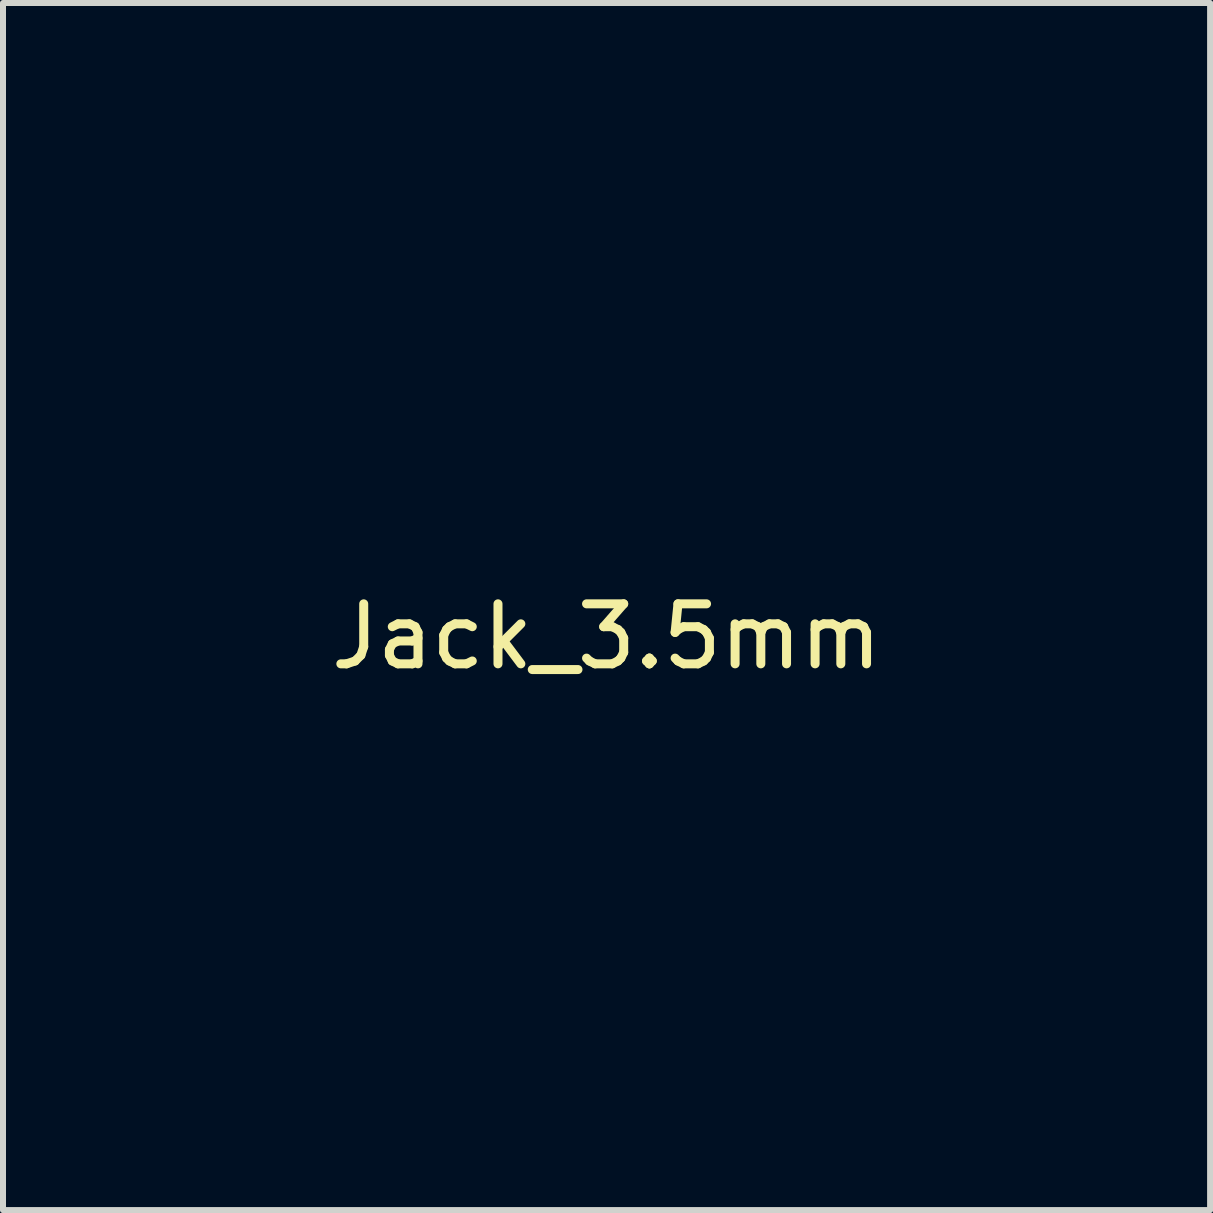
<source format=kicad_pcb>
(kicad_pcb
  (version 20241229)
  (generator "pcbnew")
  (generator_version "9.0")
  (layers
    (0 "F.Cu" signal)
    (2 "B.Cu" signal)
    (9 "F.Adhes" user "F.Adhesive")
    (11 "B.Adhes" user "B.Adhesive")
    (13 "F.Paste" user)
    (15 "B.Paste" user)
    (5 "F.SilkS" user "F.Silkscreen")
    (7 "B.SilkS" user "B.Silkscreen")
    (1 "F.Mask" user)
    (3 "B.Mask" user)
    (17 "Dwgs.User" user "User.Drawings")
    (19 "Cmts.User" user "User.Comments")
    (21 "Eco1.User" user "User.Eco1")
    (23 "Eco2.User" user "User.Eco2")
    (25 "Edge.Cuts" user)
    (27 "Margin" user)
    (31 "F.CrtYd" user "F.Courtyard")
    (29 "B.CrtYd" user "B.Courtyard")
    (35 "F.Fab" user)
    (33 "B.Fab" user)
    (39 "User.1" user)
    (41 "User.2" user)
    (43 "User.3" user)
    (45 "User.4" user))
  (footprint "Jack_3.5mm"
    (layer "F.Cu")
    (at 7.06 7.06)
    (property "Reference" "Jack_3.5mm" (at 0 0.5 0) (layer "F.SilkS") (effects (font (size 1 1) (thickness 0.15))))
    (attr through_hole)
    (fp_circle (center 0 0) (end 7 0) (stroke (width 0.12) (type solid)) (fill no) (layer "Eco1.User")))
  (gr_rect
    (start -3 -3)
    (end 17.12 17.12)
    (stroke (width 0.1) (type default))
    (fill no)
    (layer "Edge.Cuts")))
</source>
